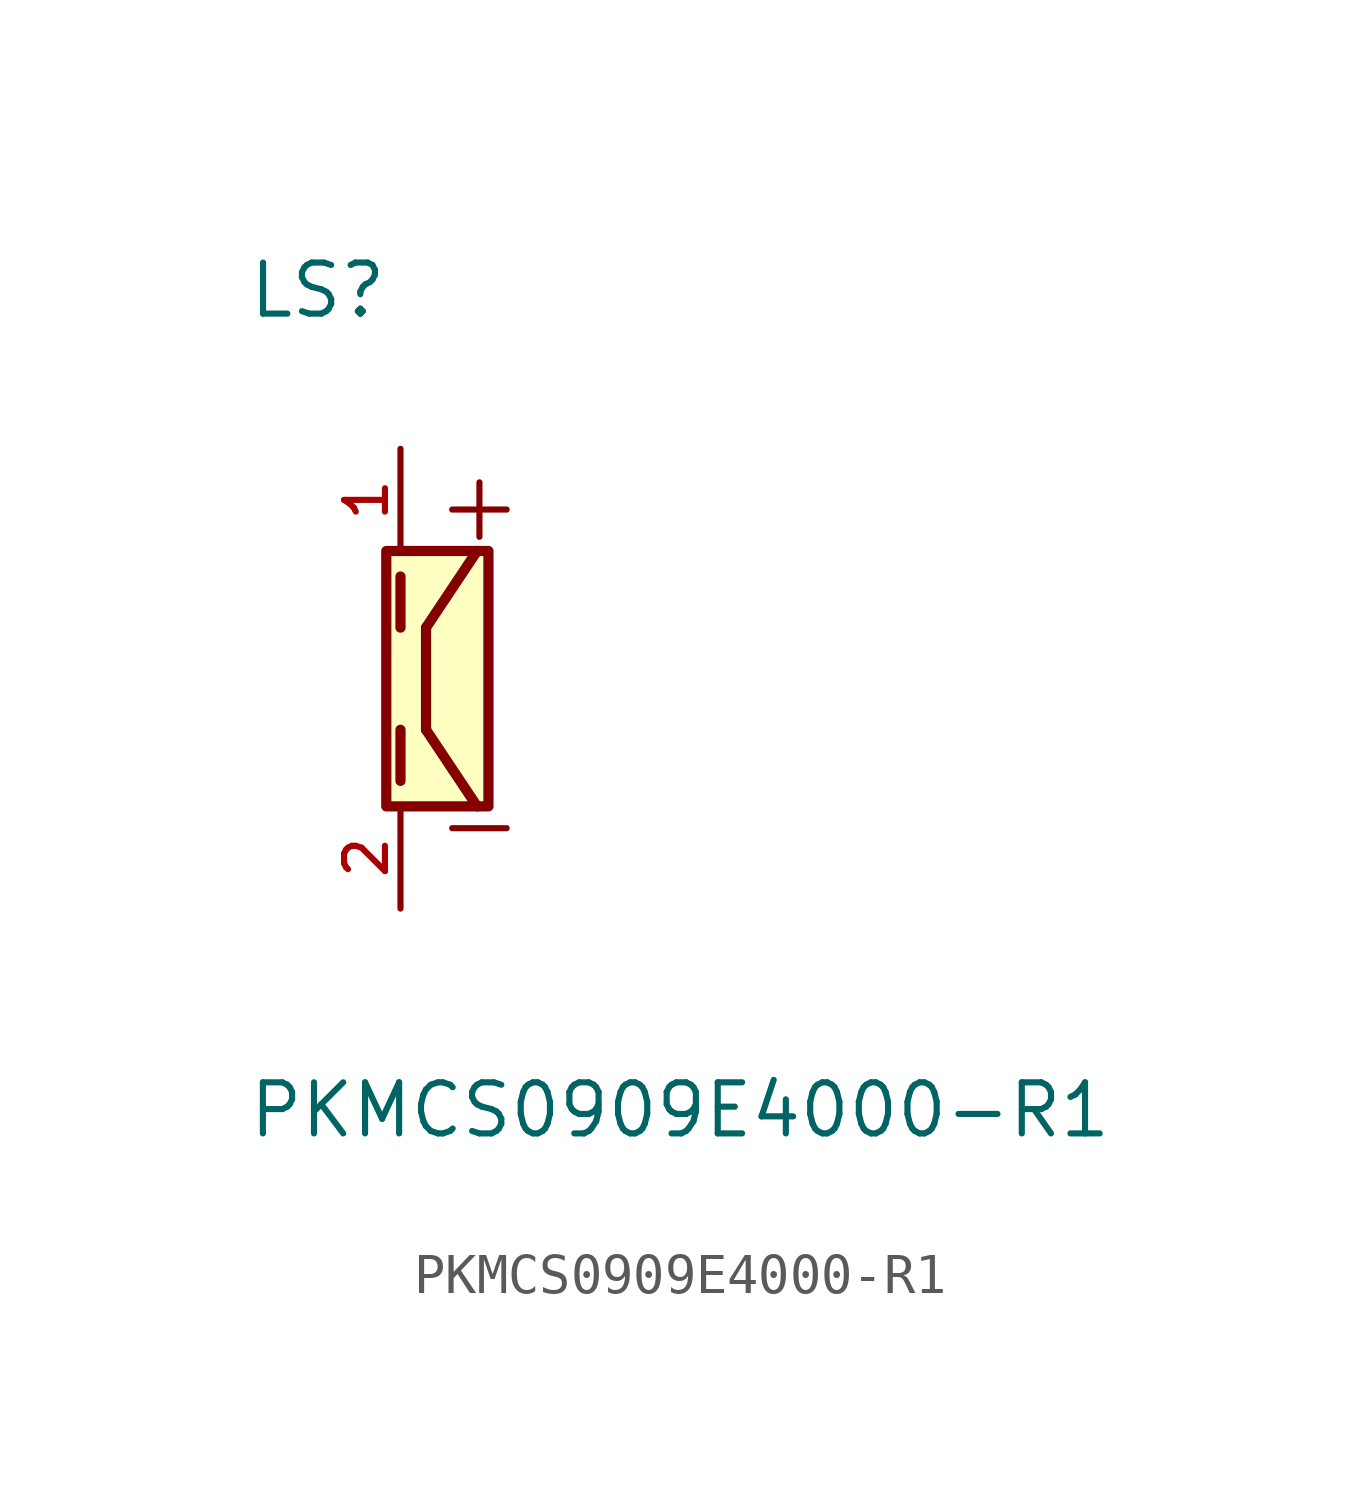
<source format=kicad_sym>
(kicad_symbol_lib
  (version 20220914)
  (generator kicad_symbol_editor)
  (symbol "PKMCS0909E4000-R1"
    (pin_names
      (offset 1.016))
    (property "Reference" "LS"
      (at -3.82 8.913 0)
      (effects (font (size 1.27 1.27)) (justify left bottom)))
    (property "Value" "PKMCS0909E4000-R1"
      (at -3.823 -11.469 0)
      (effects (font (size 1.27 1.27)) (justify left bottom)))
    (symbol "PKMCS0909E4000-R1_0_0"
      (rectangle (start -0.353 -3.175) (end 2.187 3.175) (stroke (width 0.254) (type default)) (fill (type background)))
      (polyline (pts (xy 0 -1.27) (xy 0 -2.54)) (stroke (width 0.254) (type default)) (fill (type none)))
      (polyline (pts (xy 0 1.27) (xy 0 2.54)) (stroke (width 0.254) (type default)) (fill (type none)))
      (polyline (pts (xy 0.635 1.27) (xy 0.635 -1.27)) (stroke (width 0.254) (type default)) (fill (type none)))
      (polyline (pts (xy 0.635 1.27) (xy 1.905 3.175)) (stroke (width 0.254) (type default)) (fill (type none)))
      (polyline (pts (xy 1.905 -3.175) (xy 0.635 -1.27)) (stroke (width 0.254) (type default)) (fill (type none)))
      (text "+" (at 0.762 3.302 0) (effects (font (size 1.778 1.778)) (justify left bottom)))
      (text "-" (at 0.762 -2.54 0) (effects (font (size 1.778 1.778)) (justify left top)))
      (pin passive line (at 0 5.715 270) (length 2.54) (name "~" (effects (font (size 1.016 1.016)))) (number "1" (effects (font (size 1.016 1.016))))))
    (symbol "PKMCS0909E4000-R1_1_0"
      (pin passive line (at 0 -5.715 90) (length 2.54) (name "~" (effects (font (size 1.016 1.016)))) (number "2" (effects (font (size 1.016 1.016))))))))
</source>
